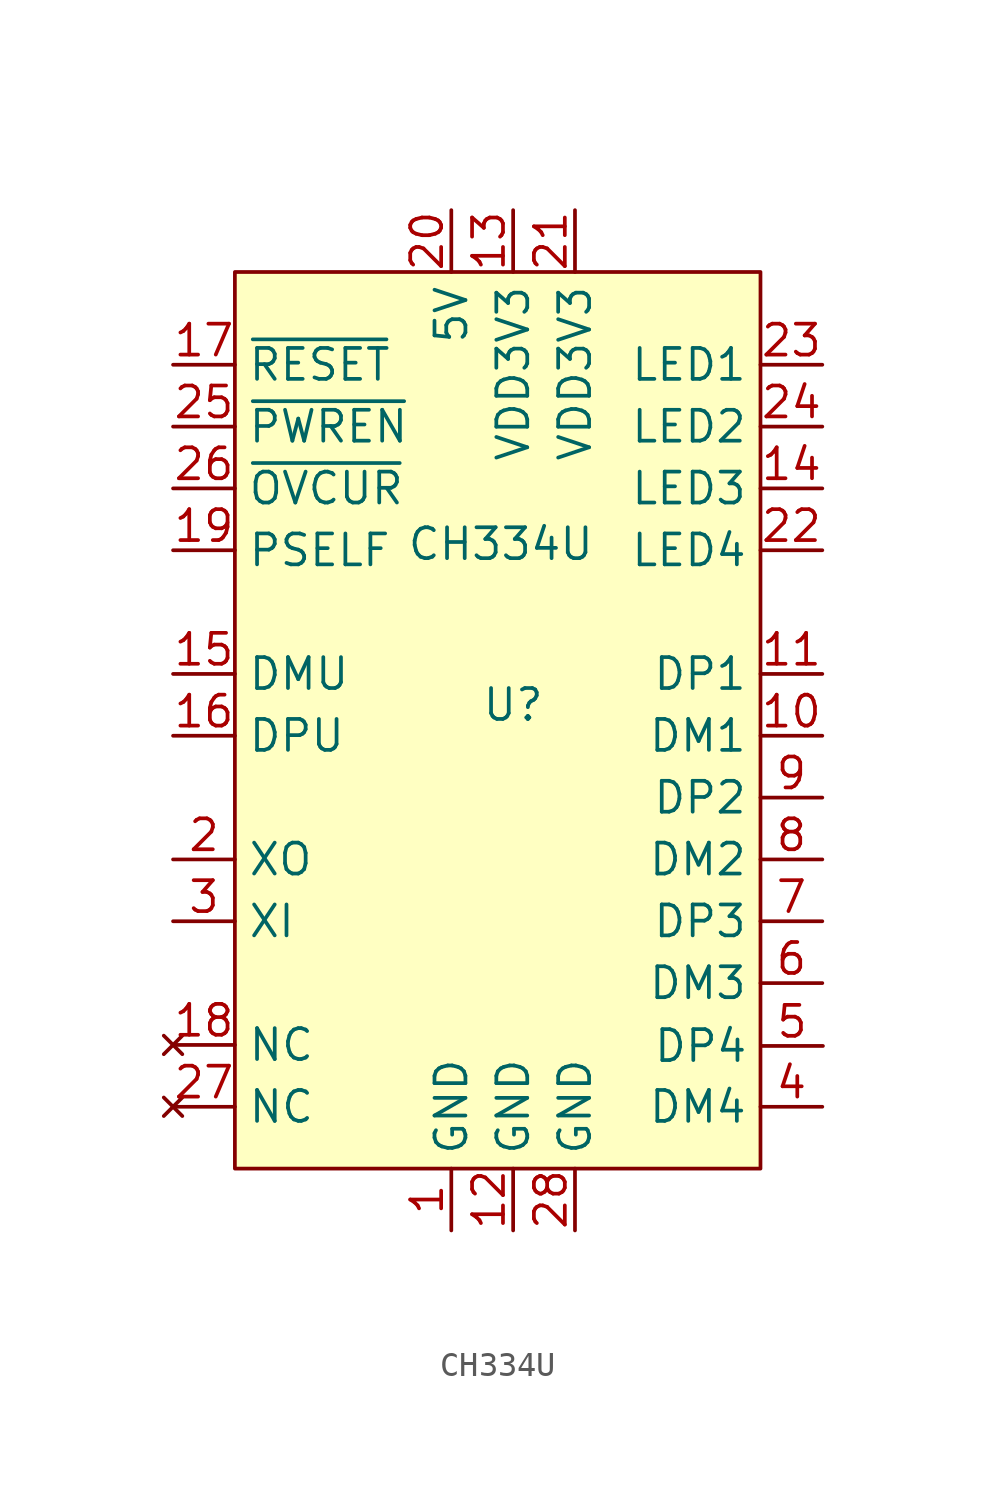
<source format=kicad_sym>
(kicad_symbol_lib
  (version 20241209)
  (generator "kicad_symbol_editor")
  (generator_version "9.0")
  (symbol "CH334U"
    (property "Reference" "U"
      (at 0 0 0)
      (effects (font (size 1.27 1.27))))
    (property "Value" "CH334U"
      (at -0.508 6.604 0)
      (effects (font (size 1.27 1.27))))
    (symbol "CH334U_1_0"
      (pin power_in line (at 0 20.32 270) (length 2.54) (name "VDD3V3" (effects (font (size 1.27 1.27)))) (number "13" (effects (font (size 1.27 1.27)))))
      (pin power_in line (at 0 -21.59 90) (length 2.54) (name "GND" (effects (font (size 1.27 1.27)))) (number "12" (effects (font (size 1.27 1.27)))))
      (pin bidirectional line (at 12.7 1.27 180) (length 2.54) (name "DP1" (effects (font (size 1.27 1.27)))) (number "11" (effects (font (size 1.27 1.27)))))
      (pin bidirectional line (at 12.7 -1.27 180) (length 2.54) (name "DM1" (effects (font (size 1.27 1.27)))) (number "10" (effects (font (size 1.27 1.27)))))
      (pin bidirectional line (at 12.7 -3.81 180) (length 2.54) (name "DP2" (effects (font (size 1.27 1.27)))) (number "9" (effects (font (size 1.27 1.27)))))
      (pin bidirectional line (at 12.7 -6.35 180) (length 2.54) (name "DM2" (effects (font (size 1.27 1.27)))) (number "8" (effects (font (size 1.27 1.27))))))
    (symbol "CH334U_1_1"
      (rectangle (start -11.43 17.78) (end 10.16 -19.05) (stroke (width 0) (type solid)) (fill (type background)))
      (pin input line (at -13.97 13.97 0) (length 2.54) (name "~{RESET}" (effects (font (size 1.27 1.27)))) (number "17" (effects (font (size 1.27 1.27)))) (alternate "CDP" bidirectional line))
      (pin output line (at -13.97 11.43 0) (length 2.54) (name "~{PWREN}" (effects (font (size 1.27 1.27)))) (number "25" (effects (font (size 1.27 1.27)))))
      (pin output line (at -13.97 8.89 0) (length 2.54) (name "~{OVCUR}" (effects (font (size 1.27 1.27)))) (number "26" (effects (font (size 1.27 1.27)))))
      (pin input line (at -13.97 6.35 0) (length 2.54) (name "PSELF" (effects (font (size 1.27 1.27)))) (number "19" (effects (font (size 1.27 1.27)))))
      (pin bidirectional line (at -13.97 1.27 0) (length 2.54) (name "DMU" (effects (font (size 1.27 1.27)))) (number "15" (effects (font (size 1.27 1.27)))))
      (pin bidirectional line (at -13.97 -1.27 0) (length 2.54) (name "DPU" (effects (font (size 1.27 1.27)))) (number "16" (effects (font (size 1.27 1.27)))))
      (pin output line (at -13.97 -6.35 0) (length 2.54) (name "XO" (effects (font (size 1.27 1.27)))) (number "2" (effects (font (size 1.27 1.27)))))
      (pin input line (at -13.97 -8.89 0) (length 2.54) (name "XI" (effects (font (size 1.27 1.27)))) (number "3" (effects (font (size 1.27 1.27)))))
      (pin no_connect line (at -13.97 -13.97 0) (length 2.54) (name "NC" (effects (font (size 1.27 1.27)))) (number "18" (effects (font (size 1.27 1.27)))))
      (pin no_connect line (at -13.97 -16.51 0) (length 2.54) (name "NC" (effects (font (size 1.27 1.27)))) (number "27" (effects (font (size 1.27 1.27)))))
      (pin power_in line (at -2.54 20.32 270) (length 2.54) (name "5V" (effects (font (size 1.27 1.27)))) (number "20" (effects (font (size 1.27 1.27)))))
      (pin power_in line (at -2.54 -21.59 90) (length 2.54) (name "GND" (effects (font (size 1.27 1.27)))) (number "1" (effects (font (size 1.27 1.27)))))
      (pin power_in line (at 2.54 20.32 270) (length 2.54) (name "VDD3V3" (effects (font (size 1.27 1.27)))) (number "21" (effects (font (size 1.27 1.27)))))
      (pin power_in line (at 2.54 -21.59 90) (length 2.54) (name "GND" (effects (font (size 1.27 1.27)))) (number "28" (effects (font (size 1.27 1.27)))))
      (pin bidirectional line (at 12.7 13.97 180) (length 2.54) (name "LED1" (effects (font (size 1.27 1.27)))) (number "23" (effects (font (size 1.27 1.27)))))
      (pin bidirectional line (at 12.7 11.43 180) (length 2.54) (name "LED2" (effects (font (size 1.27 1.27)))) (number "24" (effects (font (size 1.27 1.27)))))
      (pin bidirectional line (at 12.7 8.89 180) (length 2.54) (name "LED3" (effects (font (size 1.27 1.27)))) (number "14" (effects (font (size 1.27 1.27)))) (alternate "SCL" input line))
      (pin bidirectional line (at 12.7 6.35 180) (length 2.54) (name "LED4" (effects (font (size 1.27 1.27)))) (number "22" (effects (font (size 1.27 1.27)))) (alternate "SDA" bidirectional line))
      (pin bidirectional line (at 12.7 -8.89 180) (length 2.54) (name "DP3" (effects (font (size 1.27 1.27)))) (number "7" (effects (font (size 1.27 1.27)))))
      (pin bidirectional line (at 12.7 -11.43 180) (length 2.54) (name "DM3" (effects (font (size 1.27 1.27)))) (number "6" (effects (font (size 1.27 1.27)))))
      (pin bidirectional line (at 12.7 -16.51 180) (length 2.54) (name "DM4" (effects (font (size 1.27 1.27)))) (number "4" (effects (font (size 1.27 1.27)))))
      (pin bidirectional line (at 12.726 -14.012 180) (length 2.54) (name "DP4" (effects (font (size 1.27 1.27)))) (number "5" (effects (font (size 1.27 1.27))))))))
</source>
